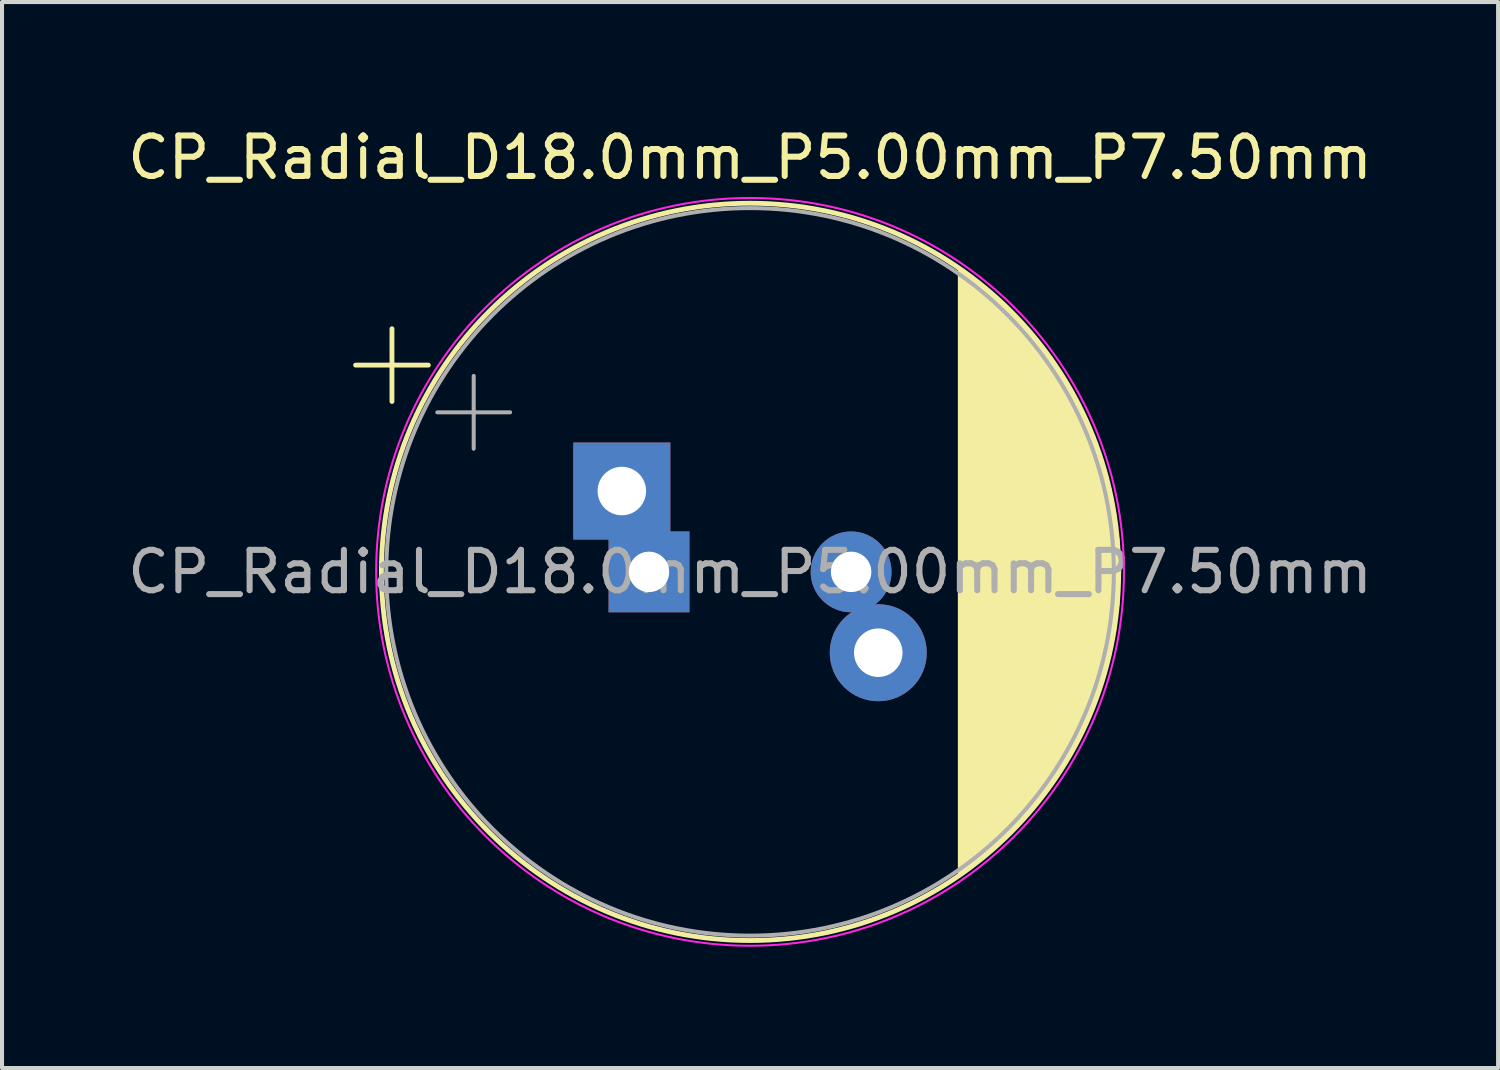
<source format=kicad_pcb>
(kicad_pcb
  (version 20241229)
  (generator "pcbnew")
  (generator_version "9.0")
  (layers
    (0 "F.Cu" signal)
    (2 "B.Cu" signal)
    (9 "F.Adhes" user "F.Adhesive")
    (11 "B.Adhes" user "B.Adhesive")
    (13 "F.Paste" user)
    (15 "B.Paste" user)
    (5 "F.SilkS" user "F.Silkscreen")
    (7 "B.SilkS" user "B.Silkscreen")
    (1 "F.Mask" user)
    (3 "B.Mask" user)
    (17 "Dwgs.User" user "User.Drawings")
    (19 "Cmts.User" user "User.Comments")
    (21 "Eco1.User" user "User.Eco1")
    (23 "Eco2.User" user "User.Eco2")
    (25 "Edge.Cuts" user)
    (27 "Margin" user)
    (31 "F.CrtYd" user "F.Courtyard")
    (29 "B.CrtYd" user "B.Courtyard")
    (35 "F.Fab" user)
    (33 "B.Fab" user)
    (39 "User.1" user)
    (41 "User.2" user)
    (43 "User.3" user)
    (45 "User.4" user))
  (footprint "CP_Radial_D18.0mm_P5.00mm_P7.50mm"
    (layer "F.Cu")
    (at 13.006 11.098)
    (property "Reference" "CP_Radial_D18.0mm_P5.00mm_P7.50mm" (at 2.5 -10.25 0) (layer "F.SilkS") (effects (font (size 1 1) (thickness 0.15))))
    (attr through_hole)
    (fp_line (start -7.259 -5.115) (end -5.459 -5.115) (stroke (width 0.12) (type solid)) (layer "F.SilkS"))
    (fp_line (start -6.359 -6.015) (end -6.359 -4.215) (stroke (width 0.12) (type solid)) (layer "F.SilkS"))
    (fp_line (start 7.701 -7.453) (end 7.701 7.453) (stroke (width 0.12) (type solid)) (layer "F.SilkS"))
    (fp_line (start 7.741 -7.425) (end 7.741 7.425) (stroke (width 0.12) (type solid)) (layer "F.SilkS"))
    (fp_line (start 7.781 -7.397) (end 7.781 7.397) (stroke (width 0.12) (type solid)) (layer "F.SilkS"))
    (fp_line (start 7.821 -7.368) (end 7.821 7.368) (stroke (width 0.12) (type solid)) (layer "F.SilkS"))
    (fp_line (start 7.861 -7.339) (end 7.861 7.339) (stroke (width 0.12) (type solid)) (layer "F.SilkS"))
    (fp_line (start 7.901 -7.31) (end 7.901 7.31) (stroke (width 0.12) (type solid)) (layer "F.SilkS"))
    (fp_line (start 7.941 -7.28) (end 7.941 7.28) (stroke (width 0.12) (type solid)) (layer "F.SilkS"))
    (fp_line (start 7.981 -7.25) (end 7.981 7.25) (stroke (width 0.12) (type solid)) (layer "F.SilkS"))
    (fp_line (start 8.021 -7.22) (end 8.021 7.22) (stroke (width 0.12) (type solid)) (layer "F.SilkS"))
    (fp_line (start 8.061 -7.19) (end 8.061 7.19) (stroke (width 0.12) (type solid)) (layer "F.SilkS"))
    (fp_line (start 8.101 -7.159) (end 8.101 7.159) (stroke (width 0.12) (type solid)) (layer "F.SilkS"))
    (fp_line (start 8.141 -7.127) (end 8.141 7.127) (stroke (width 0.12) (type solid)) (layer "F.SilkS"))
    (fp_line (start 8.181 -7.096) (end 8.181 7.096) (stroke (width 0.12) (type solid)) (layer "F.SilkS"))
    (fp_line (start 8.221 -7.064) (end 8.221 7.064) (stroke (width 0.12) (type solid)) (layer "F.SilkS"))
    (fp_line (start 8.261 -7.031) (end 8.261 7.031) (stroke (width 0.12) (type solid)) (layer "F.SilkS"))
    (fp_line (start 8.301 -6.999) (end 8.301 6.999) (stroke (width 0.12) (type solid)) (layer "F.SilkS"))
    (fp_line (start 8.341 -6.965) (end 8.341 6.965) (stroke (width 0.12) (type solid)) (layer "F.SilkS"))
    (fp_line (start 8.381 -6.932) (end 8.381 6.932) (stroke (width 0.12) (type solid)) (layer "F.SilkS"))
    (fp_line (start 8.421 -6.898) (end 8.421 6.898) (stroke (width 0.12) (type solid)) (layer "F.SilkS"))
    (fp_line (start 8.461 -6.864) (end 8.461 6.864) (stroke (width 0.12) (type solid)) (layer "F.SilkS"))
    (fp_line (start 8.501 -6.829) (end 8.501 6.829) (stroke (width 0.12) (type solid)) (layer "F.SilkS"))
    (fp_line (start 8.541 -6.794) (end 8.541 6.794) (stroke (width 0.12) (type solid)) (layer "F.SilkS"))
    (fp_line (start 8.581 -6.758) (end 8.581 6.758) (stroke (width 0.12) (type solid)) (layer "F.SilkS"))
    (fp_line (start 8.621 -6.722) (end 8.621 6.722) (stroke (width 0.12) (type solid)) (layer "F.SilkS"))
    (fp_line (start 8.661 -6.686) (end 8.661 6.686) (stroke (width 0.12) (type solid)) (layer "F.SilkS"))
    (fp_line (start 8.701 -6.649) (end 8.701 6.649) (stroke (width 0.12) (type solid)) (layer "F.SilkS"))
    (fp_line (start 8.741 -6.612) (end 8.741 6.612) (stroke (width 0.12) (type solid)) (layer "F.SilkS"))
    (fp_line (start 8.781 -6.574) (end 8.781 6.574) (stroke (width 0.12) (type solid)) (layer "F.SilkS"))
    (fp_line (start 8.821 -6.536) (end 8.821 6.536) (stroke (width 0.12) (type solid)) (layer "F.SilkS"))
    (fp_line (start 8.861 -6.497) (end 8.861 6.497) (stroke (width 0.12) (type solid)) (layer "F.SilkS"))
    (fp_line (start 8.901 -6.458) (end 8.901 6.458) (stroke (width 0.12) (type solid)) (layer "F.SilkS"))
    (fp_line (start 8.941 -6.418) (end 8.941 6.418) (stroke (width 0.12) (type solid)) (layer "F.SilkS"))
    (fp_line (start 8.981 -6.378) (end 8.981 6.378) (stroke (width 0.12) (type solid)) (layer "F.SilkS"))
    (fp_line (start 9.021 -6.337) (end 9.021 6.337) (stroke (width 0.12) (type solid)) (layer "F.SilkS"))
    (fp_line (start 9.061 -6.296) (end 9.061 6.296) (stroke (width 0.12) (type solid)) (layer "F.SilkS"))
    (fp_line (start 9.101 -6.254) (end 9.101 6.254) (stroke (width 0.12) (type solid)) (layer "F.SilkS"))
    (fp_line (start 9.141 -6.212) (end 9.141 6.212) (stroke (width 0.12) (type solid)) (layer "F.SilkS"))
    (fp_line (start 9.181 -6.17) (end 9.181 6.17) (stroke (width 0.12) (type solid)) (layer "F.SilkS"))
    (fp_line (start 9.221 -6.126) (end 9.221 6.126) (stroke (width 0.12) (type solid)) (layer "F.SilkS"))
    (fp_line (start 9.261 -6.082) (end 9.261 6.082) (stroke (width 0.12) (type solid)) (layer "F.SilkS"))
    (fp_line (start 9.301 -6.038) (end 9.301 6.038) (stroke (width 0.12) (type solid)) (layer "F.SilkS"))
    (fp_line (start 9.341 -5.993) (end 9.341 5.993) (stroke (width 0.12) (type solid)) (layer "F.SilkS"))
    (fp_line (start 9.381 -5.947) (end 9.381 5.947) (stroke (width 0.12) (type solid)) (layer "F.SilkS"))
    (fp_line (start 9.421 -5.901) (end 9.421 5.901) (stroke (width 0.12) (type solid)) (layer "F.SilkS"))
    (fp_line (start 9.461 -5.854) (end 9.461 5.854) (stroke (width 0.12) (type solid)) (layer "F.SilkS"))
    (fp_line (start 9.501 -5.806) (end 9.501 5.806) (stroke (width 0.12) (type solid)) (layer "F.SilkS"))
    (fp_line (start 9.541 -5.758) (end 9.541 5.758) (stroke (width 0.12) (type solid)) (layer "F.SilkS"))
    (fp_line (start 9.581 -5.709) (end 9.581 5.709) (stroke (width 0.12) (type solid)) (layer "F.SilkS"))
    (fp_line (start 9.621 -5.66) (end 9.621 5.66) (stroke (width 0.12) (type solid)) (layer "F.SilkS"))
    (fp_line (start 9.661 -5.609) (end 9.661 5.609) (stroke (width 0.12) (type solid)) (layer "F.SilkS"))
    (fp_line (start 9.701 -5.558) (end 9.701 5.558) (stroke (width 0.12) (type solid)) (layer "F.SilkS"))
    (fp_line (start 9.741 -5.506) (end 9.741 5.506) (stroke (width 0.12) (type solid)) (layer "F.SilkS"))
    (fp_line (start 9.781 -5.454) (end 9.781 5.454) (stroke (width 0.12) (type solid)) (layer "F.SilkS"))
    (fp_line (start 9.821 -5.4) (end 9.821 5.4) (stroke (width 0.12) (type solid)) (layer "F.SilkS"))
    (fp_line (start 9.861 -5.346) (end 9.861 5.346) (stroke (width 0.12) (type solid)) (layer "F.SilkS"))
    (fp_line (start 9.901 -5.291) (end 9.901 5.291) (stroke (width 0.12) (type solid)) (layer "F.SilkS"))
    (fp_line (start 9.941 -5.235) (end 9.941 5.235) (stroke (width 0.12) (type solid)) (layer "F.SilkS"))
    (fp_line (start 9.981 -5.178) (end 9.981 5.178) (stroke (width 0.12) (type solid)) (layer "F.SilkS"))
    (fp_line (start 10.021 -5.12) (end 10.021 5.12) (stroke (width 0.12) (type solid)) (layer "F.SilkS"))
    (fp_line (start 10.061 -5.062) (end 10.061 5.062) (stroke (width 0.12) (type solid)) (layer "F.SilkS"))
    (fp_line (start 10.101 -5.002) (end 10.101 5.002) (stroke (width 0.12) (type solid)) (layer "F.SilkS"))
    (fp_line (start 10.141 -4.941) (end 10.141 4.941) (stroke (width 0.12) (type solid)) (layer "F.SilkS"))
    (fp_line (start 10.181 -4.879) (end 10.181 4.879) (stroke (width 0.12) (type solid)) (layer "F.SilkS"))
    (fp_line (start 10.221 -4.816) (end 10.221 4.816) (stroke (width 0.12) (type solid)) (layer "F.SilkS"))
    (fp_line (start 10.261 -4.752) (end 10.261 4.752) (stroke (width 0.12) (type solid)) (layer "F.SilkS"))
    (fp_line (start 10.301 -4.686) (end 10.301 4.686) (stroke (width 0.12) (type solid)) (layer "F.SilkS"))
    (fp_line (start 10.341 -4.62) (end 10.341 4.62) (stroke (width 0.12) (type solid)) (layer "F.SilkS"))
    (fp_line (start 10.381 -4.552) (end 10.381 4.552) (stroke (width 0.12) (type solid)) (layer "F.SilkS"))
    (fp_line (start 10.421 -4.482) (end 10.421 4.482) (stroke (width 0.12) (type solid)) (layer "F.SilkS"))
    (fp_line (start 10.461 -4.412) (end 10.461 4.412) (stroke (width 0.12) (type solid)) (layer "F.SilkS"))
    (fp_line (start 10.501 -4.339) (end 10.501 4.339) (stroke (width 0.12) (type solid)) (layer "F.SilkS"))
    (fp_line (start 10.541 -4.265) (end 10.541 4.265) (stroke (width 0.12) (type solid)) (layer "F.SilkS"))
    (fp_line (start 10.581 -4.19) (end 10.581 4.19) (stroke (width 0.12) (type solid)) (layer "F.SilkS"))
    (fp_line (start 10.621 -4.113) (end 10.621 4.113) (stroke (width 0.12) (type solid)) (layer "F.SilkS"))
    (fp_line (start 10.661 -4.033) (end 10.661 4.033) (stroke (width 0.12) (type solid)) (layer "F.SilkS"))
    (fp_line (start 10.7 -3.952) (end 10.7 3.952) (stroke (width 0.12) (type solid)) (layer "F.SilkS"))
    (fp_line (start 10.74 -3.869) (end 10.74 3.869) (stroke (width 0.12) (type solid)) (layer "F.SilkS"))
    (fp_line (start 10.78 -3.784) (end 10.78 3.784) (stroke (width 0.12) (type solid)) (layer "F.SilkS"))
    (fp_line (start 10.82 -3.696) (end 10.82 3.696) (stroke (width 0.12) (type solid)) (layer "F.SilkS"))
    (fp_line (start 10.86 -3.605) (end 10.86 3.605) (stroke (width 0.12) (type solid)) (layer "F.SilkS"))
    (fp_line (start 10.9 -3.512) (end 10.9 3.512) (stroke (width 0.12) (type solid)) (layer "F.SilkS"))
    (fp_line (start 10.94 -3.416) (end 10.94 3.416) (stroke (width 0.12) (type solid)) (layer "F.SilkS"))
    (fp_line (start 10.98 -3.317) (end 10.98 3.317) (stroke (width 0.12) (type solid)) (layer "F.SilkS"))
    (fp_line (start 11.02 -3.214) (end 11.02 3.214) (stroke (width 0.12) (type solid)) (layer "F.SilkS"))
    (fp_line (start 11.06 -3.107) (end 11.06 3.107) (stroke (width 0.12) (type solid)) (layer "F.SilkS"))
    (fp_line (start 11.1 -2.996) (end 11.1 2.996) (stroke (width 0.12) (type solid)) (layer "F.SilkS"))
    (fp_line (start 11.14 -2.88) (end 11.14 2.88) (stroke (width 0.12) (type solid)) (layer "F.SilkS"))
    (fp_line (start 11.18 -2.759) (end 11.18 2.759) (stroke (width 0.12) (type solid)) (layer "F.SilkS"))
    (fp_line (start 11.22 -2.632) (end 11.22 2.632) (stroke (width 0.12) (type solid)) (layer "F.SilkS"))
    (fp_line (start 11.26 -2.498) (end 11.26 2.498) (stroke (width 0.12) (type solid)) (layer "F.SilkS"))
    (fp_line (start 11.3 -2.355) (end 11.3 2.355) (stroke (width 0.12) (type solid)) (layer "F.SilkS"))
    (fp_line (start 11.34 -2.203) (end 11.34 2.203) (stroke (width 0.12) (type solid)) (layer "F.SilkS"))
    (fp_line (start 11.38 -2.039) (end 11.38 2.039) (stroke (width 0.12) (type solid)) (layer "F.SilkS"))
    (fp_line (start 11.42 -1.86) (end 11.42 1.86) (stroke (width 0.12) (type solid)) (layer "F.SilkS"))
    (fp_line (start 11.46 -1.661) (end 11.46 1.661) (stroke (width 0.12) (type solid)) (layer "F.SilkS"))
    (fp_line (start 11.5 -1.435) (end 11.5 1.435) (stroke (width 0.12) (type solid)) (layer "F.SilkS"))
    (fp_line (start 11.54 -1.166) (end 11.54 1.166) (stroke (width 0.12) (type solid)) (layer "F.SilkS"))
    (fp_line (start 11.58 -0.814) (end 11.58 0.814) (stroke (width 0.12) (type solid)) (layer "F.SilkS"))
    (fp_line (start 11.62 -0.04) (end 11.62 0.04) (stroke (width 0.12) (type solid)) (layer "F.SilkS"))
    (fp_circle (center 2.5 0) (end 11.62 0) (stroke (width 0.12) (type solid)) (fill no) (layer "F.SilkS"))
    (fp_circle (center 2.5 0) (end 11.75 0) (stroke (width 0.05) (type solid)) (fill no) (layer "F.CrtYd"))
    (fp_line (start -5.237 -3.947) (end -3.437 -3.947) (stroke (width 0.1) (type solid)) (layer "F.Fab"))
    (fp_line (start -4.337 -4.848) (end -4.337 -3.047) (stroke (width 0.1) (type solid)) (layer "F.Fab"))
    (fp_circle (center 2.5 0) (end 11.5 0) (stroke (width 0.1) (type solid)) (fill no) (layer "F.Fab"))
    (fp_text user "${REFERENCE}" (at 2.5 0 0) (layer "F.Fab") (effects (font (size 1 1) (thickness 0.15))))
    (pad "1" thru_hole rect (at -0.672 -2) (size 2.4 2.4) (drill 1.2) (layers "*.Cu" "*.Mask"))
    (pad "1" thru_hole rect (at 0 0) (size 2 2) (drill 1) (layers "*.Cu" "*.Mask"))
    (pad "2" thru_hole circle (at 5 0) (size 2 2) (drill 1) (layers "*.Cu" "*.Mask"))
    (pad "2" thru_hole circle (at 5.672 2) (size 2.4 2.4) (drill 1.2) (layers "*.Cu" "*.Mask")))
  (gr_rect
    (start -3 -3)
    (end 34.012 23.373)
    (stroke (width 0.1) (type default))
    (fill no)
    (layer "Edge.Cuts")))
</source>
